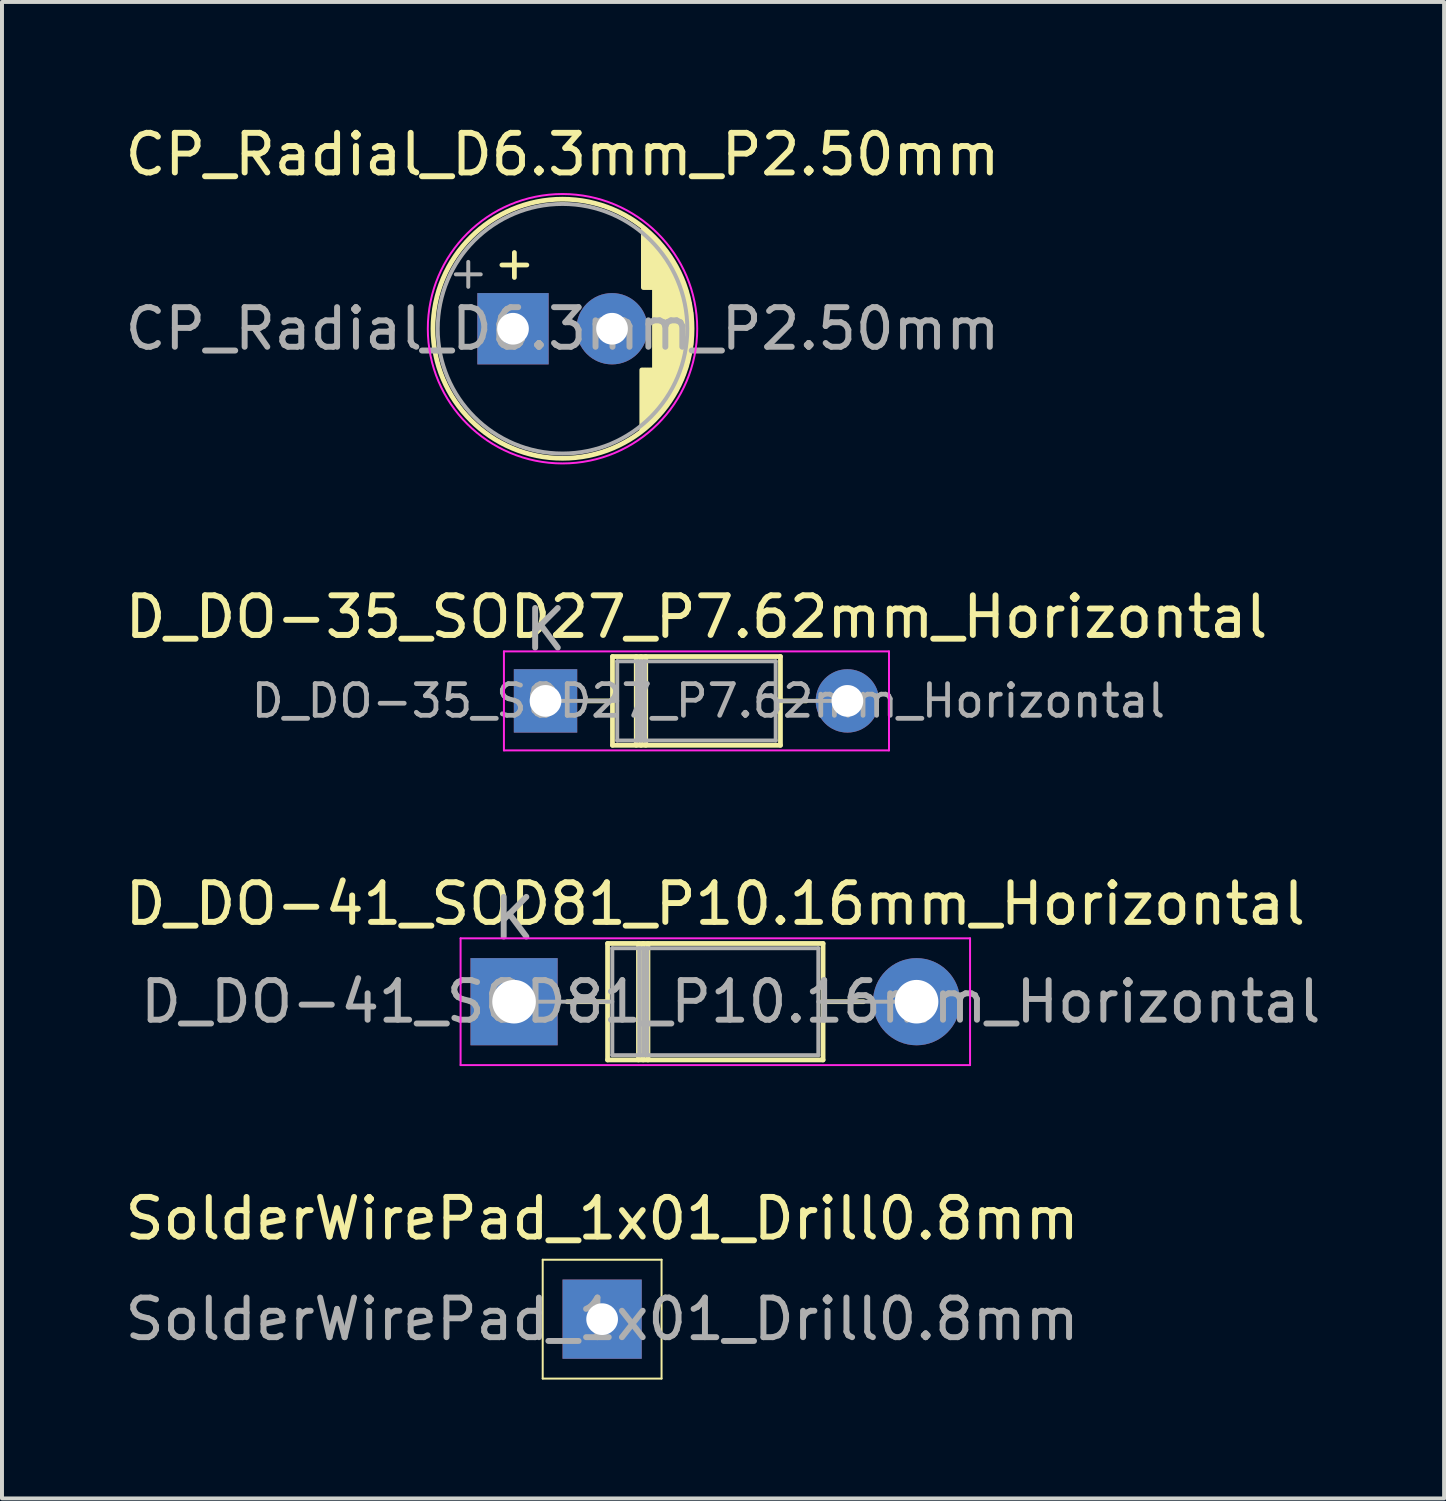
<source format=kicad_pcb>
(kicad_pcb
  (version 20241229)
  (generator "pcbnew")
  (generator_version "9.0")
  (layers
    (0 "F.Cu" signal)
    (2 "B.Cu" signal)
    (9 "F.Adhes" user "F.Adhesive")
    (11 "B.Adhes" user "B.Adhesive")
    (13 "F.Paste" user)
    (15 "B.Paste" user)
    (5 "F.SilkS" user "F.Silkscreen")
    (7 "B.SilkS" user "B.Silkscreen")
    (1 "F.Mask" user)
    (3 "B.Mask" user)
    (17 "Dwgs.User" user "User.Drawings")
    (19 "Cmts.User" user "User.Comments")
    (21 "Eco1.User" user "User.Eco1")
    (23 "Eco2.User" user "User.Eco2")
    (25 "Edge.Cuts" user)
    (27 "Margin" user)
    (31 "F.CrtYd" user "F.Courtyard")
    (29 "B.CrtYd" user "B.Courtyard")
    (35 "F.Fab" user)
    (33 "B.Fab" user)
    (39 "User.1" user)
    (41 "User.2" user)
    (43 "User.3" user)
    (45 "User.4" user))
  (footprint "CP_Radial_D6.3mm_P2.50mm"
    (layer "F.Cu")
    (at 9.899 5.248)
    (property "Reference" "CP_Radial_D6.3mm_P2.50mm" (at 1.25 -4.4 0) (layer "F.SilkS") (effects (font (size 1 1) (thickness 0.15))))
    (attr through_hole)
    (fp_line (start -0.28 -1.609) (end 0.35 -1.609) (stroke (width 0.12) (type solid)) (layer "F.SilkS"))
    (fp_line (start 0.035 -1.924) (end 0.035 -1.294) (stroke (width 0.12) (type solid)) (layer "F.SilkS"))
    (fp_line (start 3.251 1.04) (end 3.251 2.548) (stroke (width 0.12) (type solid)) (layer "F.SilkS"))
    (fp_line (start 3.291 -2.516) (end 3.291 -1.04) (stroke (width 0.12) (type solid)) (layer "F.SilkS"))
    (fp_line (start 3.291 1.04) (end 3.291 2.516) (stroke (width 0.12) (type solid)) (layer "F.SilkS"))
    (fp_line (start 3.331 -2.484) (end 3.331 -1.04) (stroke (width 0.12) (type solid)) (layer "F.SilkS"))
    (fp_line (start 3.331 1.04) (end 3.331 2.484) (stroke (width 0.12) (type solid)) (layer "F.SilkS"))
    (fp_line (start 3.371 -2.45) (end 3.371 -1.04) (stroke (width 0.12) (type solid)) (layer "F.SilkS"))
    (fp_line (start 3.371 1.04) (end 3.371 2.45) (stroke (width 0.12) (type solid)) (layer "F.SilkS"))
    (fp_line (start 3.411 -2.416) (end 3.411 -1.04) (stroke (width 0.12) (type solid)) (layer "F.SilkS"))
    (fp_line (start 3.411 1.04) (end 3.411 2.416) (stroke (width 0.12) (type solid)) (layer "F.SilkS"))
    (fp_line (start 3.451 -2.38) (end 3.451 -1.04) (stroke (width 0.12) (type solid)) (layer "F.SilkS"))
    (fp_line (start 3.451 1.04) (end 3.451 2.38) (stroke (width 0.12) (type solid)) (layer "F.SilkS"))
    (fp_line (start 3.491 -2.343) (end 3.491 -1.04) (stroke (width 0.12) (type solid)) (layer "F.SilkS"))
    (fp_line (start 3.491 1.04) (end 3.491 2.343) (stroke (width 0.12) (type solid)) (layer "F.SilkS"))
    (fp_line (start 3.531 -2.305) (end 3.531 -1.04) (stroke (width 0.12) (type solid)) (layer "F.SilkS"))
    (fp_line (start 3.531 1.04) (end 3.531 2.305) (stroke (width 0.12) (type solid)) (layer "F.SilkS"))
    (fp_line (start 3.571 -2.265) (end 3.571 2.265) (stroke (width 0.12) (type solid)) (layer "F.SilkS"))
    (fp_line (start 3.611 -2.224) (end 3.611 2.224) (stroke (width 0.12) (type solid)) (layer "F.SilkS"))
    (fp_line (start 3.651 -2.182) (end 3.651 2.182) (stroke (width 0.12) (type solid)) (layer "F.SilkS"))
    (fp_line (start 3.691 -2.137) (end 3.691 2.137) (stroke (width 0.12) (type solid)) (layer "F.SilkS"))
    (fp_line (start 3.731 -2.092) (end 3.731 2.092) (stroke (width 0.12) (type solid)) (layer "F.SilkS"))
    (fp_line (start 3.771 -2.044) (end 3.771 2.044) (stroke (width 0.12) (type solid)) (layer "F.SilkS"))
    (fp_line (start 3.811 -1.995) (end 3.811 1.995) (stroke (width 0.12) (type solid)) (layer "F.SilkS"))
    (fp_line (start 3.851 -1.944) (end 3.851 1.944) (stroke (width 0.12) (type solid)) (layer "F.SilkS"))
    (fp_line (start 3.891 -1.89) (end 3.891 1.89) (stroke (width 0.12) (type solid)) (layer "F.SilkS"))
    (fp_line (start 3.931 -1.834) (end 3.931 1.834) (stroke (width 0.12) (type solid)) (layer "F.SilkS"))
    (fp_line (start 3.971 -1.776) (end 3.971 1.776) (stroke (width 0.12) (type solid)) (layer "F.SilkS"))
    (fp_line (start 4.011 -1.714) (end 4.011 1.714) (stroke (width 0.12) (type solid)) (layer "F.SilkS"))
    (fp_line (start 4.051 -1.65) (end 4.051 1.65) (stroke (width 0.12) (type solid)) (layer "F.SilkS"))
    (fp_line (start 4.091 -1.581) (end 4.091 1.581) (stroke (width 0.12) (type solid)) (layer "F.SilkS"))
    (fp_line (start 4.131 -1.509) (end 4.131 1.509) (stroke (width 0.12) (type solid)) (layer "F.SilkS"))
    (fp_line (start 4.171 -1.432) (end 4.171 1.432) (stroke (width 0.12) (type solid)) (layer "F.SilkS"))
    (fp_line (start 4.211 -1.35) (end 4.211 1.35) (stroke (width 0.12) (type solid)) (layer "F.SilkS"))
    (fp_line (start 4.251 -1.262) (end 4.251 1.262) (stroke (width 0.12) (type solid)) (layer "F.SilkS"))
    (fp_line (start 4.291 -1.165) (end 4.291 1.165) (stroke (width 0.12) (type solid)) (layer "F.SilkS"))
    (fp_line (start 4.331 -1.059) (end 4.331 1.059) (stroke (width 0.12) (type solid)) (layer "F.SilkS"))
    (fp_line (start 4.371 -0.94) (end 4.371 0.94) (stroke (width 0.12) (type solid)) (layer "F.SilkS"))
    (fp_line (start 4.411 -0.802) (end 4.411 0.802) (stroke (width 0.12) (type solid)) (layer "F.SilkS"))
    (fp_line (start 4.451 -0.633) (end 4.451 0.633) (stroke (width 0.12) (type solid)) (layer "F.SilkS"))
    (fp_line (start 4.491 -0.402) (end 4.491 0.402) (stroke (width 0.12) (type solid)) (layer "F.SilkS"))
    (fp_circle (center 1.25 0) (end 4.52 0) (stroke (width 0.12) (type solid)) (fill no) (layer "F.SilkS"))
    (fp_circle (center 1.25 0) (end 4.65 0) (stroke (width 0.05) (type solid)) (fill no) (layer "F.CrtYd"))
    (fp_line (start -1.444 -1.373) (end -0.814 -1.373) (stroke (width 0.1) (type solid)) (layer "F.Fab"))
    (fp_line (start -1.129 -1.688) (end -1.129 -1.058) (stroke (width 0.1) (type solid)) (layer "F.Fab"))
    (fp_circle (center 1.25 0) (end 4.4 0) (stroke (width 0.1) (type solid)) (fill no) (layer "F.Fab"))
    (fp_text user "${REFERENCE}" (at 1.25 0 0) (layer "F.Fab") (effects (font (size 1 1) (thickness 0.15))))
    (pad "1" thru_hole rect (at 0 0) (size 1.8 1.8) (drill 0.8) (layers "*.Cu" "*.Mask"))
    (pad "2" thru_hole circle (at 2.5 0) (size 1.8 1.8) (drill 0.8) (layers "*.Cu" "*.Mask")))
  (footprint "D_DO-35_SOD27_P7.62mm_Horizontal"
    (layer "F.Cu")
    (at 10.72 14.642)
    (property "Reference" "D_DO-35_SOD27_P7.62mm_Horizontal" (at 3.81 -2.12 0) (layer "F.SilkS") (effects (font (size 1 1) (thickness 0.15))))
    (attr through_hole)
    (fp_line (start 1.04 0) (end 1.69 0) (stroke (width 0.12) (type solid)) (layer "F.SilkS"))
    (fp_line (start 1.69 -1.12) (end 1.69 1.12) (stroke (width 0.12) (type solid)) (layer "F.SilkS"))
    (fp_line (start 1.69 1.12) (end 5.93 1.12) (stroke (width 0.12) (type solid)) (layer "F.SilkS"))
    (fp_line (start 2.29 -1.12) (end 2.29 1.12) (stroke (width 0.12) (type solid)) (layer "F.SilkS"))
    (fp_line (start 2.41 -1.12) (end 2.41 1.12) (stroke (width 0.12) (type solid)) (layer "F.SilkS"))
    (fp_line (start 2.53 -1.12) (end 2.53 1.12) (stroke (width 0.12) (type solid)) (layer "F.SilkS"))
    (fp_line (start 5.93 -1.12) (end 1.69 -1.12) (stroke (width 0.12) (type solid)) (layer "F.SilkS"))
    (fp_line (start 5.93 1.12) (end 5.93 -1.12) (stroke (width 0.12) (type solid)) (layer "F.SilkS"))
    (fp_line (start 6.58 0) (end 5.93 0) (stroke (width 0.12) (type solid)) (layer "F.SilkS"))
    (fp_line (start -1.05 -1.25) (end -1.05 1.25) (stroke (width 0.05) (type solid)) (layer "F.CrtYd"))
    (fp_line (start -1.05 1.25) (end 8.67 1.25) (stroke (width 0.05) (type solid)) (layer "F.CrtYd"))
    (fp_line (start 8.67 -1.25) (end -1.05 -1.25) (stroke (width 0.05) (type solid)) (layer "F.CrtYd"))
    (fp_line (start 8.67 1.25) (end 8.67 -1.25) (stroke (width 0.05) (type solid)) (layer "F.CrtYd"))
    (fp_line (start 0 0) (end 1.81 0) (stroke (width 0.1) (type solid)) (layer "F.Fab"))
    (fp_line (start 1.81 -1) (end 1.81 1) (stroke (width 0.1) (type solid)) (layer "F.Fab"))
    (fp_line (start 1.81 1) (end 5.81 1) (stroke (width 0.1) (type solid)) (layer "F.Fab"))
    (fp_line (start 2.31 -1) (end 2.31 1) (stroke (width 0.1) (type solid)) (layer "F.Fab"))
    (fp_line (start 2.41 -1) (end 2.41 1) (stroke (width 0.1) (type solid)) (layer "F.Fab"))
    (fp_line (start 2.51 -1) (end 2.51 1) (stroke (width 0.1) (type solid)) (layer "F.Fab"))
    (fp_line (start 5.81 -1) (end 1.81 -1) (stroke (width 0.1) (type solid)) (layer "F.Fab"))
    (fp_line (start 5.81 1) (end 5.81 -1) (stroke (width 0.1) (type solid)) (layer "F.Fab"))
    (fp_line (start 7.62 0) (end 5.81 0) (stroke (width 0.1) (type solid)) (layer "F.Fab"))
    (fp_text user "K" (at 0 -1.8 0) (layer "F.Fab") (effects (font (size 1 1) (thickness 0.15))))
    (fp_text user "${REFERENCE}" (at 4.11 0 0) (layer "F.Fab") (effects (font (size 0.8 0.8) (thickness 0.12))))
    (pad "1" thru_hole rect (at 0 0) (size 1.6 1.6) (drill 0.8) (layers "*.Cu" "*.Mask"))
    (pad "2" thru_hole oval (at 7.62 0) (size 1.6 1.6) (drill 0.8) (layers "*.Cu" "*.Mask")))
  (footprint "D_DO-41_SOD81_P10.16mm_Horizontal"
    (layer "F.Cu")
    (at 9.926 22.235)
    (property "Reference" "D_DO-41_SOD81_P10.16mm_Horizontal" (at 5.08 -2.47 0) (layer "F.SilkS") (effects (font (size 1 1) (thickness 0.15))))
    (attr through_hole)
    (fp_line (start 1.34 0) (end 2.36 0) (stroke (width 0.12) (type solid)) (layer "F.SilkS"))
    (fp_line (start 2.36 -1.47) (end 2.36 1.47) (stroke (width 0.12) (type solid)) (layer "F.SilkS"))
    (fp_line (start 2.36 1.47) (end 7.8 1.47) (stroke (width 0.12) (type solid)) (layer "F.SilkS"))
    (fp_line (start 3.14 -1.47) (end 3.14 1.47) (stroke (width 0.12) (type solid)) (layer "F.SilkS"))
    (fp_line (start 3.26 -1.47) (end 3.26 1.47) (stroke (width 0.12) (type solid)) (layer "F.SilkS"))
    (fp_line (start 3.38 -1.47) (end 3.38 1.47) (stroke (width 0.12) (type solid)) (layer "F.SilkS"))
    (fp_line (start 7.8 -1.47) (end 2.36 -1.47) (stroke (width 0.12) (type solid)) (layer "F.SilkS"))
    (fp_line (start 7.8 1.47) (end 7.8 -1.47) (stroke (width 0.12) (type solid)) (layer "F.SilkS"))
    (fp_line (start 8.82 0) (end 7.8 0) (stroke (width 0.12) (type solid)) (layer "F.SilkS"))
    (fp_line (start -1.35 -1.6) (end -1.35 1.6) (stroke (width 0.05) (type solid)) (layer "F.CrtYd"))
    (fp_line (start -1.35 1.6) (end 11.51 1.6) (stroke (width 0.05) (type solid)) (layer "F.CrtYd"))
    (fp_line (start 11.51 -1.6) (end -1.35 -1.6) (stroke (width 0.05) (type solid)) (layer "F.CrtYd"))
    (fp_line (start 11.51 1.6) (end 11.51 -1.6) (stroke (width 0.05) (type solid)) (layer "F.CrtYd"))
    (fp_line (start 0 0) (end 2.48 0) (stroke (width 0.1) (type solid)) (layer "F.Fab"))
    (fp_line (start 2.48 -1.35) (end 2.48 1.35) (stroke (width 0.1) (type solid)) (layer "F.Fab"))
    (fp_line (start 2.48 1.35) (end 7.68 1.35) (stroke (width 0.1) (type solid)) (layer "F.Fab"))
    (fp_line (start 3.16 -1.35) (end 3.16 1.35) (stroke (width 0.1) (type solid)) (layer "F.Fab"))
    (fp_line (start 3.26 -1.35) (end 3.26 1.35) (stroke (width 0.1) (type solid)) (layer "F.Fab"))
    (fp_line (start 3.36 -1.35) (end 3.36 1.35) (stroke (width 0.1) (type solid)) (layer "F.Fab"))
    (fp_line (start 7.68 -1.35) (end 2.48 -1.35) (stroke (width 0.1) (type solid)) (layer "F.Fab"))
    (fp_line (start 7.68 1.35) (end 7.68 -1.35) (stroke (width 0.1) (type solid)) (layer "F.Fab"))
    (fp_line (start 10.16 0) (end 7.68 0) (stroke (width 0.1) (type solid)) (layer "F.Fab"))
    (fp_text user "K" (at 0 -2.1 0) (layer "F.Fab") (effects (font (size 1 1) (thickness 0.15))))
    (fp_text user "${REFERENCE}" (at 5.47 0 0) (layer "F.Fab") (effects (font (size 1 1) (thickness 0.15))))
    (pad "1" thru_hole rect (at 0 0) (size 2.2 2.2) (drill 1.1) (layers "*.Cu" "*.Mask"))
    (pad "2" thru_hole oval (at 10.16 0) (size 2.2 2.2) (drill 1.1) (layers "*.Cu" "*.Mask")))
  (footprint "SolderWirePad_1x01_Drill0.8mm"
    (layer "F.Cu")
    (at 12.149 30.248)
    (property "Reference" "SolderWirePad_1x01_Drill0.8mm" (at 0 -2.54 0) (layer "F.SilkS") (effects (font (size 1 1) (thickness 0.15))))
    (attr exclude_from_pos_files exclude_from_bom)
    (fp_line (start -1.5 -1.5) (end -1.5 1.5) (stroke (width 0.05) (type solid)) (layer "F.SilkS"))
    (fp_line (start -1.5 -1.5) (end 1.5 -1.5) (stroke (width 0.05) (type solid)) (layer "F.SilkS"))
    (fp_line (start 1.5 1.5) (end -1.5 1.5) (stroke (width 0.05) (type solid)) (layer "F.SilkS"))
    (fp_line (start 1.5 1.5) (end 1.5 -1.5) (stroke (width 0.05) (type solid)) (layer "F.SilkS"))
    (fp_text user "${REFERENCE}" (at 0 0 0) (layer "F.Fab") (effects (font (size 1 1) (thickness 0.15))))
    (pad "1" thru_hole rect (at 0 0) (size 1.999 1.999) (drill 0.8) (layers "*.Cu" "*.Mask")))
  (gr_rect
    (start -3 -3)
    (end 33.402 34.773)
    (stroke (width 0.1) (type default))
    (fill no)
    (layer "Edge.Cuts")))
</source>
